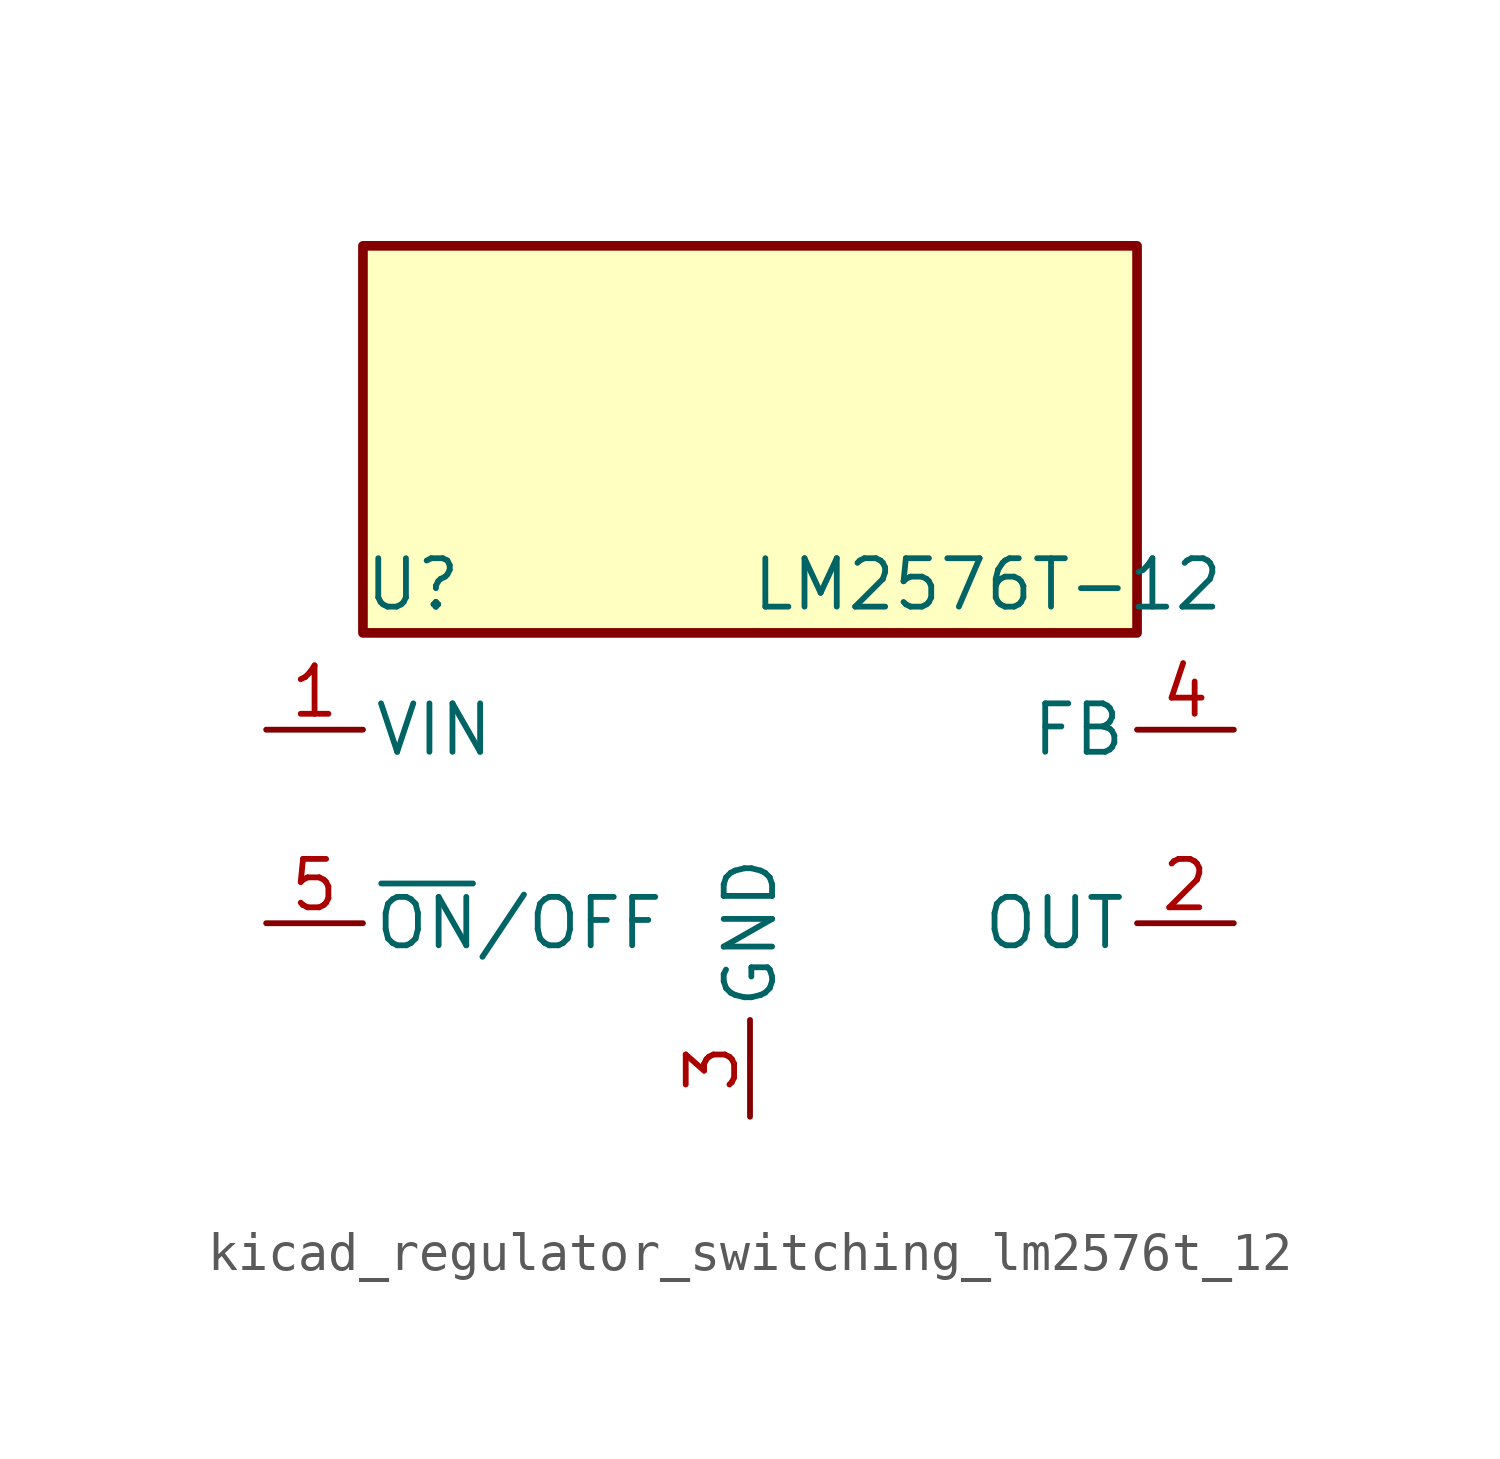
<source format=kicad_sym>
(kicad_symbol_lib
  (version 20220914)
  (generator kicad_symbol_editor)
  (symbol "kicad_regulator_switching_lm2576t_12"
    (pin_names
      (offset 0.254))
    (property "Reference" "U"
      (at -10.16 6.35 0)
      (effects (font (size 1.27 1.27)) (justify left)))
    (property "Value" "LM2576T-12"
      (at 0 6.35 0)
      (effects (font (size 1.27 1.27)) (justify left)))
    (symbol "kicad_regulator_switching_lm2576t_12_0_1"
      (rectangle (start 10.16 15.24) (end -10.16 5.08) (stroke (width 0.254) (type default)) (fill (type background))))
    (symbol "kicad_regulator_switching_lm2576t_12_1_1"
      (pin power_in line (at -12.7 2.54 0) (length 2.54) (name "VIN" (effects (font (size 1.27 1.27)))) (number "1" (effects (font (size 1.27 1.27)))))
      (pin output line (at 12.7 -2.54 180) (length 2.54) (name "OUT" (effects (font (size 1.27 1.27)))) (number "2" (effects (font (size 1.27 1.27)))))
      (pin power_in line (at 0 -7.62 90) (length 2.54) (name "GND" (effects (font (size 1.27 1.27)))) (number "3" (effects (font (size 1.27 1.27)))))
      (pin input line (at 12.7 2.54 180) (length 2.54) (name "FB" (effects (font (size 1.27 1.27)))) (number "4" (effects (font (size 1.27 1.27)))))
      (pin input line (at -12.7 -2.54 0) (length 2.54) (name "~{ON}/OFF" (effects (font (size 1.27 1.27)))) (number "5" (effects (font (size 1.27 1.27))))))))
</source>
